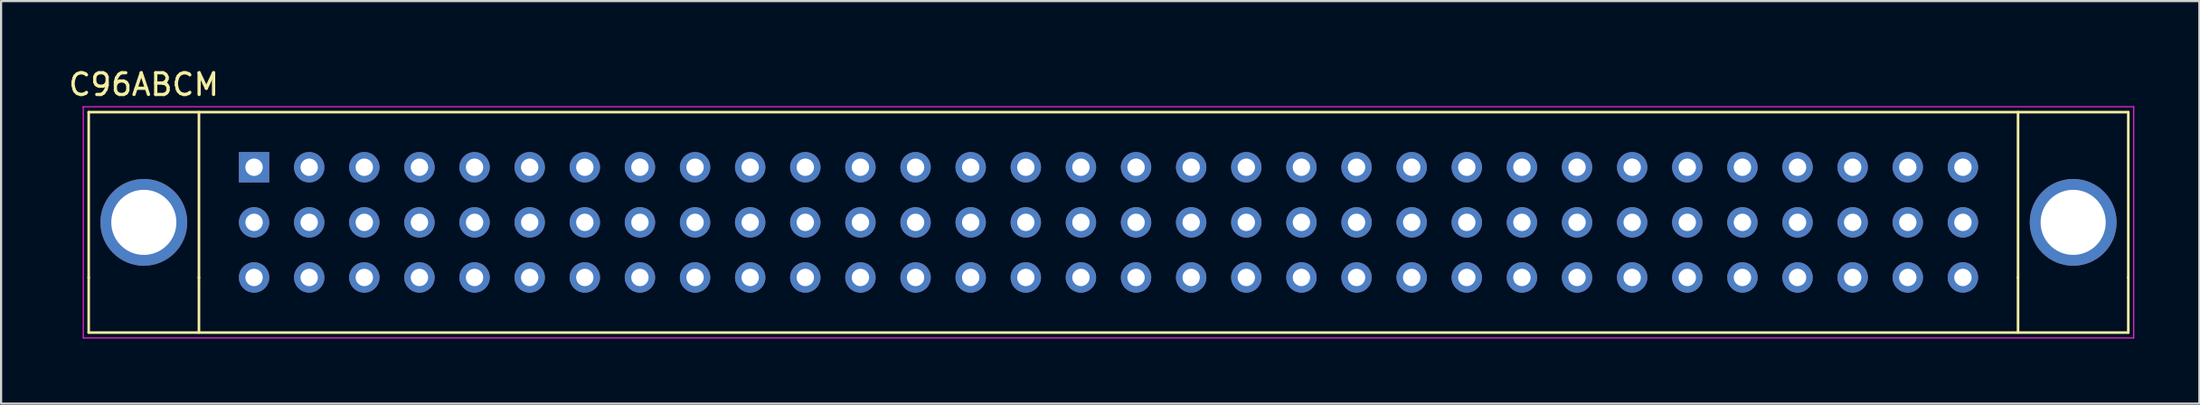
<source format=kicad_pcb>
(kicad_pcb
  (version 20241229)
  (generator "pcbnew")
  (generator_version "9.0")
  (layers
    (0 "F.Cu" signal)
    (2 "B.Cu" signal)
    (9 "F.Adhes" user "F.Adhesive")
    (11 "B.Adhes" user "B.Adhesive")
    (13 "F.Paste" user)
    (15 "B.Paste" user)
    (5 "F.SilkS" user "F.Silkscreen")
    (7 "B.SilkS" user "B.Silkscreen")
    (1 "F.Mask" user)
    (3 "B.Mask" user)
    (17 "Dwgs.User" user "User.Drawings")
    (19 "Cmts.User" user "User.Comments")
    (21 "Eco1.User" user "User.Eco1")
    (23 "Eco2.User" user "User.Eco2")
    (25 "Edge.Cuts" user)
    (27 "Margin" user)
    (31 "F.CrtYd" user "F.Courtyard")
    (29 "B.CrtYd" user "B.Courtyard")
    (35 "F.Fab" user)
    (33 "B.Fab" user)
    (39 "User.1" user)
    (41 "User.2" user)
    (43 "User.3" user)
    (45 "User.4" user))
  (footprint "C96ABCM"
    (layer "F.Cu")
    (at 8.657 4.658)
    (property "Reference" "C96ABCM" (at -5.08 -3.81 0) (layer "F.SilkS") (effects (font (size 1 1) (thickness 0.15))))
    (attr through_hole)
    (fp_line (start -7.62 -2.54) (end 86.36 -2.54) (stroke (width 0.12) (type solid)) (layer "F.SilkS"))
    (fp_line (start -7.62 5.08) (end -7.62 -2.54) (stroke (width 0.12) (type solid)) (layer "F.SilkS"))
    (fp_line (start -7.62 5.08) (end -7.62 7.62) (stroke (width 0.12) (type solid)) (layer "F.SilkS"))
    (fp_line (start -7.62 7.62) (end 86.36 7.62) (stroke (width 0.12) (type solid)) (layer "F.SilkS"))
    (fp_line (start -2.54 5.08) (end -2.54 -2.54) (stroke (width 0.12) (type solid)) (layer "F.SilkS"))
    (fp_line (start -2.54 5.08) (end -2.54 7.62) (stroke (width 0.12) (type solid)) (layer "F.SilkS"))
    (fp_line (start 81.28 5.08) (end 81.28 -2.54) (stroke (width 0.12) (type solid)) (layer "F.SilkS"))
    (fp_line (start 81.28 7.62) (end 81.28 5.08) (stroke (width 0.12) (type solid)) (layer "F.SilkS"))
    (fp_line (start 86.36 -2.54) (end 86.36 5.08) (stroke (width 0.12) (type solid)) (layer "F.SilkS"))
    (fp_line (start 86.36 7.62) (end 86.36 5.08) (stroke (width 0.12) (type solid)) (layer "F.SilkS"))
    (fp_line (start -7.87 -2.79) (end -7.87 7.87) (stroke (width 0.05) (type solid)) (layer "F.CrtYd"))
    (fp_line (start -7.87 -2.79) (end 86.61 -2.79) (stroke (width 0.05) (type solid)) (layer "F.CrtYd"))
    (fp_line (start 86.61 7.87) (end -7.87 7.87) (stroke (width 0.05) (type solid)) (layer "F.CrtYd"))
    (fp_line (start 86.61 7.87) (end 86.61 -2.79) (stroke (width 0.05) (type solid)) (layer "F.CrtYd"))
    (pad "65" thru_hole circle (at -5.08 2.54) (size 4 4) (drill 3) (layers "*.Cu" "*.Mask"))
    (pad "66" thru_hole circle (at 83.82 2.54) (size 4 4) (drill 3) (layers "*.Cu" "*.Mask"))
    (pad "A1" thru_hole rect (at 0 0) (size 1.4 1.4) (drill 0.8) (layers "*.Cu" "*.Mask"))
    (pad "A2" thru_hole circle (at 2.54 0) (size 1.4 1.4) (drill 0.8) (layers "*.Cu" "*.Mask"))
    (pad "A3" thru_hole circle (at 5.08 0) (size 1.4 1.4) (drill 0.8) (layers "*.Cu" "*.Mask"))
    (pad "A4" thru_hole circle (at 7.62 0) (size 1.4 1.4) (drill 0.8) (layers "*.Cu" "*.Mask"))
    (pad "A5" thru_hole circle (at 10.16 0) (size 1.4 1.4) (drill 0.8) (layers "*.Cu" "*.Mask"))
    (pad "A6" thru_hole circle (at 12.7 0) (size 1.4 1.4) (drill 0.8) (layers "*.Cu" "*.Mask"))
    (pad "A7" thru_hole circle (at 15.24 0) (size 1.4 1.4) (drill 0.8) (layers "*.Cu" "*.Mask"))
    (pad "A8" thru_hole circle (at 17.78 0) (size 1.4 1.4) (drill 0.8) (layers "*.Cu" "*.Mask"))
    (pad "A9" thru_hole circle (at 20.32 0) (size 1.4 1.4) (drill 0.8) (layers "*.Cu" "*.Mask"))
    (pad "A10" thru_hole circle (at 22.86 0) (size 1.4 1.4) (drill 0.8) (layers "*.Cu" "*.Mask"))
    (pad "A11" thru_hole circle (at 25.4 0) (size 1.4 1.4) (drill 0.8) (layers "*.Cu" "*.Mask"))
    (pad "A12" thru_hole circle (at 27.94 0) (size 1.4 1.4) (drill 0.8) (layers "*.Cu" "*.Mask"))
    (pad "A13" thru_hole circle (at 30.48 0) (size 1.4 1.4) (drill 0.8) (layers "*.Cu" "*.Mask"))
    (pad "A14" thru_hole circle (at 33.02 0) (size 1.4 1.4) (drill 0.8) (layers "*.Cu" "*.Mask"))
    (pad "A15" thru_hole circle (at 35.56 0) (size 1.4 1.4) (drill 0.8) (layers "*.Cu" "*.Mask"))
    (pad "A16" thru_hole circle (at 38.1 0) (size 1.4 1.4) (drill 0.8) (layers "*.Cu" "*.Mask"))
    (pad "A17" thru_hole circle (at 40.64 0) (size 1.4 1.4) (drill 0.8) (layers "*.Cu" "*.Mask"))
    (pad "A18" thru_hole circle (at 43.18 0) (size 1.4 1.4) (drill 0.8) (layers "*.Cu" "*.Mask"))
    (pad "A19" thru_hole circle (at 45.72 0) (size 1.4 1.4) (drill 0.8) (layers "*.Cu" "*.Mask"))
    (pad "A20" thru_hole circle (at 48.26 0) (size 1.4 1.4) (drill 0.8) (layers "*.Cu" "*.Mask"))
    (pad "A21" thru_hole circle (at 50.8 0) (size 1.4 1.4) (drill 0.8) (layers "*.Cu" "*.Mask"))
    (pad "A22" thru_hole circle (at 53.34 0) (size 1.4 1.4) (drill 0.8) (layers "*.Cu" "*.Mask"))
    (pad "A23" thru_hole circle (at 55.88 0) (size 1.4 1.4) (drill 0.8) (layers "*.Cu" "*.Mask"))
    (pad "A24" thru_hole circle (at 58.42 0) (size 1.4 1.4) (drill 0.8) (layers "*.Cu" "*.Mask"))
    (pad "A25" thru_hole circle (at 60.96 0) (size 1.4 1.4) (drill 0.8) (layers "*.Cu" "*.Mask"))
    (pad "A26" thru_hole circle (at 63.5 0) (size 1.4 1.4) (drill 0.8) (layers "*.Cu" "*.Mask"))
    (pad "A27" thru_hole circle (at 66.04 0) (size 1.4 1.4) (drill 0.8) (layers "*.Cu" "*.Mask"))
    (pad "A28" thru_hole circle (at 68.58 0) (size 1.4 1.4) (drill 0.8) (layers "*.Cu" "*.Mask"))
    (pad "A29" thru_hole circle (at 71.12 0) (size 1.4 1.4) (drill 0.8) (layers "*.Cu" "*.Mask"))
    (pad "A30" thru_hole circle (at 73.66 0) (size 1.4 1.4) (drill 0.8) (layers "*.Cu" "*.Mask"))
    (pad "A31" thru_hole circle (at 76.2 0) (size 1.4 1.4) (drill 0.8) (layers "*.Cu" "*.Mask"))
    (pad "A32" thru_hole circle (at 78.74 0) (size 1.4 1.4) (drill 0.8) (layers "*.Cu" "*.Mask"))
    (pad "B1" thru_hole circle (at 0 2.54) (size 1.4 1.4) (drill 0.8) (layers "*.Cu" "*.Mask"))
    (pad "B2" thru_hole circle (at 2.54 2.54) (size 1.4 1.4) (drill 0.8) (layers "*.Cu" "*.Mask"))
    (pad "B3" thru_hole circle (at 5.08 2.54) (size 1.4 1.4) (drill 0.8) (layers "*.Cu" "*.Mask"))
    (pad "B4" thru_hole circle (at 7.62 2.54) (size 1.4 1.4) (drill 0.8) (layers "*.Cu" "*.Mask"))
    (pad "B5" thru_hole circle (at 10.16 2.54) (size 1.4 1.4) (drill 0.8) (layers "*.Cu" "*.Mask"))
    (pad "B6" thru_hole circle (at 12.7 2.54) (size 1.4 1.4) (drill 0.8) (layers "*.Cu" "*.Mask"))
    (pad "B7" thru_hole circle (at 15.24 2.54) (size 1.4 1.4) (drill 0.8) (layers "*.Cu" "*.Mask"))
    (pad "B8" thru_hole circle (at 17.78 2.54) (size 1.4 1.4) (drill 0.8) (layers "*.Cu" "*.Mask"))
    (pad "B9" thru_hole circle (at 20.32 2.54) (size 1.4 1.4) (drill 0.8) (layers "*.Cu" "*.Mask"))
    (pad "B10" thru_hole circle (at 22.86 2.54) (size 1.4 1.4) (drill 0.8) (layers "*.Cu" "*.Mask"))
    (pad "B11" thru_hole circle (at 25.4 2.54) (size 1.4 1.4) (drill 0.8) (layers "*.Cu" "*.Mask"))
    (pad "B12" thru_hole circle (at 27.94 2.54) (size 1.4 1.4) (drill 0.8) (layers "*.Cu" "*.Mask"))
    (pad "B13" thru_hole circle (at 30.48 2.54) (size 1.4 1.4) (drill 0.8) (layers "*.Cu" "*.Mask"))
    (pad "B14" thru_hole circle (at 33.02 2.54) (size 1.4 1.4) (drill 0.8) (layers "*.Cu" "*.Mask"))
    (pad "B15" thru_hole circle (at 35.56 2.54) (size 1.4 1.4) (drill 0.8) (layers "*.Cu" "*.Mask"))
    (pad "B16" thru_hole circle (at 38.1 2.54) (size 1.4 1.4) (drill 0.8) (layers "*.Cu" "*.Mask"))
    (pad "B17" thru_hole circle (at 40.64 2.54) (size 1.4 1.4) (drill 0.8) (layers "*.Cu" "*.Mask"))
    (pad "B18" thru_hole circle (at 43.18 2.54) (size 1.4 1.4) (drill 0.8) (layers "*.Cu" "*.Mask"))
    (pad "B19" thru_hole circle (at 45.72 2.54) (size 1.4 1.4) (drill 0.8) (layers "*.Cu" "*.Mask"))
    (pad "B20" thru_hole circle (at 48.26 2.54) (size 1.4 1.4) (drill 0.8) (layers "*.Cu" "*.Mask"))
    (pad "B21" thru_hole circle (at 50.8 2.54) (size 1.4 1.4) (drill 0.8) (layers "*.Cu" "*.Mask"))
    (pad "B22" thru_hole circle (at 53.34 2.54) (size 1.4 1.4) (drill 0.8) (layers "*.Cu" "*.Mask"))
    (pad "B23" thru_hole circle (at 55.88 2.54) (size 1.4 1.4) (drill 0.8) (layers "*.Cu" "*.Mask"))
    (pad "B24" thru_hole circle (at 58.42 2.54) (size 1.4 1.4) (drill 0.8) (layers "*.Cu" "*.Mask"))
    (pad "B25" thru_hole circle (at 60.96 2.54) (size 1.4 1.4) (drill 0.8) (layers "*.Cu" "*.Mask"))
    (pad "B26" thru_hole circle (at 63.5 2.54) (size 1.4 1.4) (drill 0.8) (layers "*.Cu" "*.Mask"))
    (pad "B27" thru_hole circle (at 66.04 2.54) (size 1.4 1.4) (drill 0.8) (layers "*.Cu" "*.Mask"))
    (pad "B28" thru_hole circle (at 68.58 2.54) (size 1.4 1.4) (drill 0.8) (layers "*.Cu" "*.Mask"))
    (pad "B29" thru_hole circle (at 71.12 2.54) (size 1.4 1.4) (drill 0.8) (layers "*.Cu" "*.Mask"))
    (pad "B30" thru_hole circle (at 73.66 2.54) (size 1.4 1.4) (drill 0.8) (layers "*.Cu" "*.Mask"))
    (pad "B31" thru_hole circle (at 76.2 2.54) (size 1.4 1.4) (drill 0.8) (layers "*.Cu" "*.Mask"))
    (pad "B32" thru_hole circle (at 78.74 2.54) (size 1.4 1.4) (drill 0.8) (layers "*.Cu" "*.Mask"))
    (pad "C1" thru_hole circle (at 0 5.08) (size 1.4 1.4) (drill 0.8) (layers "*.Cu" "*.Mask"))
    (pad "C2" thru_hole circle (at 2.54 5.08) (size 1.4 1.4) (drill 0.8) (layers "*.Cu" "*.Mask"))
    (pad "C3" thru_hole circle (at 5.08 5.08) (size 1.4 1.4) (drill 0.8) (layers "*.Cu" "*.Mask"))
    (pad "C4" thru_hole circle (at 7.62 5.08) (size 1.4 1.4) (drill 0.8) (layers "*.Cu" "*.Mask"))
    (pad "C5" thru_hole circle (at 10.16 5.08) (size 1.4 1.4) (drill 0.8) (layers "*.Cu" "*.Mask"))
    (pad "C6" thru_hole circle (at 12.7 5.08) (size 1.4 1.4) (drill 0.8) (layers "*.Cu" "*.Mask"))
    (pad "C7" thru_hole circle (at 15.24 5.08) (size 1.4 1.4) (drill 0.8) (layers "*.Cu" "*.Mask"))
    (pad "C8" thru_hole circle (at 17.78 5.08) (size 1.4 1.4) (drill 0.8) (layers "*.Cu" "*.Mask"))
    (pad "C9" thru_hole circle (at 20.32 5.08) (size 1.4 1.4) (drill 0.8) (layers "*.Cu" "*.Mask"))
    (pad "C10" thru_hole circle (at 22.86 5.08) (size 1.4 1.4) (drill 0.8) (layers "*.Cu" "*.Mask"))
    (pad "C11" thru_hole circle (at 25.4 5.08) (size 1.4 1.4) (drill 0.8) (layers "*.Cu" "*.Mask"))
    (pad "C12" thru_hole circle (at 27.94 5.08) (size 1.4 1.4) (drill 0.8) (layers "*.Cu" "*.Mask"))
    (pad "C13" thru_hole circle (at 30.48 5.08) (size 1.4 1.4) (drill 0.8) (layers "*.Cu" "*.Mask"))
    (pad "C14" thru_hole circle (at 33.02 5.08) (size 1.4 1.4) (drill 0.8) (layers "*.Cu" "*.Mask"))
    (pad "C15" thru_hole circle (at 35.56 5.08) (size 1.4 1.4) (drill 0.8) (layers "*.Cu" "*.Mask"))
    (pad "C16" thru_hole circle (at 38.1 5.08) (size 1.4 1.4) (drill 0.8) (layers "*.Cu" "*.Mask"))
    (pad "C17" thru_hole circle (at 40.64 5.08) (size 1.4 1.4) (drill 0.8) (layers "*.Cu" "*.Mask"))
    (pad "C18" thru_hole circle (at 43.18 5.08) (size 1.4 1.4) (drill 0.8) (layers "*.Cu" "*.Mask"))
    (pad "C19" thru_hole circle (at 45.72 5.08) (size 1.4 1.4) (drill 0.8) (layers "*.Cu" "*.Mask"))
    (pad "C20" thru_hole circle (at 48.26 5.08) (size 1.4 1.4) (drill 0.8) (layers "*.Cu" "*.Mask"))
    (pad "C21" thru_hole circle (at 50.8 5.08) (size 1.4 1.4) (drill 0.8) (layers "*.Cu" "*.Mask"))
    (pad "C22" thru_hole circle (at 53.34 5.08) (size 1.4 1.4) (drill 0.8) (layers "*.Cu" "*.Mask"))
    (pad "C23" thru_hole circle (at 55.88 5.08) (size 1.4 1.4) (drill 0.8) (layers "*.Cu" "*.Mask"))
    (pad "C24" thru_hole circle (at 58.42 5.08) (size 1.4 1.4) (drill 0.8) (layers "*.Cu" "*.Mask"))
    (pad "C25" thru_hole circle (at 60.96 5.08) (size 1.4 1.4) (drill 0.8) (layers "*.Cu" "*.Mask"))
    (pad "C26" thru_hole circle (at 63.5 5.08) (size 1.4 1.4) (drill 0.8) (layers "*.Cu" "*.Mask"))
    (pad "C27" thru_hole circle (at 66.04 5.08) (size 1.4 1.4) (drill 0.8) (layers "*.Cu" "*.Mask"))
    (pad "C28" thru_hole circle (at 68.58 5.08) (size 1.4 1.4) (drill 0.8) (layers "*.Cu" "*.Mask"))
    (pad "C29" thru_hole circle (at 71.12 5.08) (size 1.4 1.4) (drill 0.8) (layers "*.Cu" "*.Mask"))
    (pad "C30" thru_hole circle (at 73.66 5.08) (size 1.4 1.4) (drill 0.8) (layers "*.Cu" "*.Mask"))
    (pad "C31" thru_hole circle (at 76.2 5.08) (size 1.4 1.4) (drill 0.8) (layers "*.Cu" "*.Mask"))
    (pad "C32" thru_hole circle (at 78.74 5.08) (size 1.4 1.4) (drill 0.8) (layers "*.Cu" "*.Mask")))
  (gr_rect
    (start -3 -3)
    (end 98.292 15.553)
    (stroke (width 0.1) (type default))
    (fill no)
    (layer "Edge.Cuts")))
</source>
